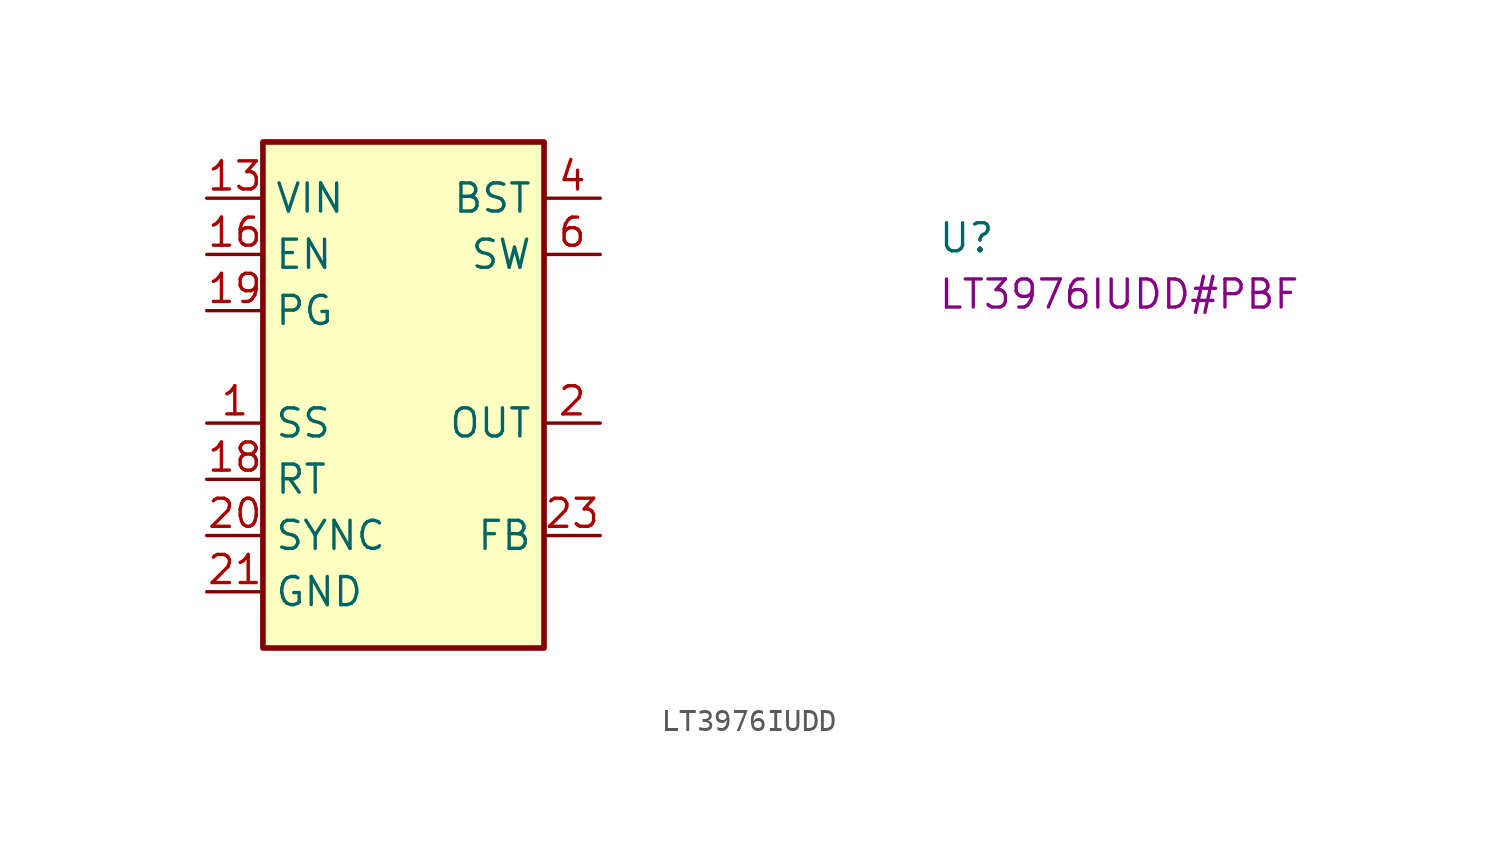
<source format=kicad_sym>
(kicad_symbol_lib
  (version 20220914)
  (generator kicad_symbol_editor)
  (symbol "LT3976IUDD"
    (property "Reference" "U"
      (at 33.02 -2.54 0)
      (effects (font (size 1.27 1.27) (thickness 0.15)) (justify left bottom)))
    (property "MPN" "LT3976IUDD#PBF"
      (at 33.02 -5.08 0)
      (effects (font (size 1.27 1.27) (thickness 0.15)) (justify left bottom)))
    (symbol "LT3976IUDD_1_1"
      (rectangle (start 2.54 2.54) (end 15.24 -20.32) (stroke (width 0.254) (type default)) (fill (type background)))
      (pin passive line (at 0 -10.16 0) (length 2.54) (name "SS" (effects (font (size 1.27 1.27)))) (number "1" (effects (font (size 1.27 1.27)))))
      (pin no_connect line (at 15.24 -8.89 180) (length 2.54) hide (name "NC" (effects (font (size 1.27 1.27)))) (number "10" (effects (font (size 1.27 1.27)))))
      (pin no_connect line (at 15.24 -12.7 180) (length 2.54) hide (name "NC" (effects (font (size 1.27 1.27)))) (number "11" (effects (font (size 1.27 1.27)))))
      (pin no_connect line (at 15.24 -13.97 180) (length 2.54) hide (name "NC" (effects (font (size 1.27 1.27)))) (number "12" (effects (font (size 1.27 1.27)))))
      (pin power_in line (at 0 0 0) (length 2.54) (name "VIN" (effects (font (size 1.27 1.27)))) (number "13" (effects (font (size 1.27 1.27)))))
      (pin passive line (at 0 0 0) (length 2.54) hide (name "VIN" (effects (font (size 1.27 1.27)))) (number "14" (effects (font (size 1.27 1.27)))))
      (pin passive line (at 0 0 0) (length 2.54) hide (name "VIN" (effects (font (size 1.27 1.27)))) (number "15" (effects (font (size 1.27 1.27)))))
      (pin input line (at 0 -2.54 0) (length 2.54) (name "EN" (effects (font (size 1.27 1.27)))) (number "16" (effects (font (size 1.27 1.27)))))
      (pin no_connect line (at 15.24 -17.78 180) (length 2.54) hide (name "NC" (effects (font (size 1.27 1.27)))) (number "17" (effects (font (size 1.27 1.27)))))
      (pin passive line (at 0 -12.7 0) (length 2.54) (name "RT" (effects (font (size 1.27 1.27)))) (number "18" (effects (font (size 1.27 1.27)))))
      (pin output line (at 0 -5.08 0) (length 2.54) (name "PG" (effects (font (size 1.27 1.27)))) (number "19" (effects (font (size 1.27 1.27)))))
      (pin passive line (at 17.78 -10.16 180) (length 2.54) (name "OUT" (effects (font (size 1.27 1.27)))) (number "2" (effects (font (size 1.27 1.27)))))
      (pin passive line (at 0 -15.24 0) (length 2.54) (name "SYNC" (effects (font (size 1.27 1.27)))) (number "20" (effects (font (size 1.27 1.27)))))
      (pin power_in line (at 0 -17.78 0) (length 2.54) (name "GND" (effects (font (size 1.27 1.27)))) (number "21" (effects (font (size 1.27 1.27)))))
      (pin no_connect line (at 15.24 -19.05 180) (length 2.54) hide (name "NC" (effects (font (size 1.27 1.27)))) (number "22" (effects (font (size 1.27 1.27)))))
      (pin passive line (at 17.78 -15.24 180) (length 2.54) (name "FB" (effects (font (size 1.27 1.27)))) (number "23" (effects (font (size 1.27 1.27)))))
      (pin passive line (at 17.78 -15.24 180) (length 2.54) hide (name "FB" (effects (font (size 1.27 1.27)))) (number "24" (effects (font (size 1.27 1.27)))))
      (pin passive line (at 0 -17.78 0) (length 2.54) hide (name "GND" (effects (font (size 1.27 1.27)))) (number "25" (effects (font (size 1.27 1.27)))))
      (pin no_connect line (at 15.24 -5.08 180) (length 2.54) hide (name "NC" (effects (font (size 1.27 1.27)))) (number "3" (effects (font (size 1.27 1.27)))))
      (pin passive line (at 17.78 0 180) (length 2.54) (name "BST" (effects (font (size 1.27 1.27)))) (number "4" (effects (font (size 1.27 1.27)))))
      (pin no_connect line (at 15.24 -6.35 180) (length 2.54) hide (name "NC" (effects (font (size 1.27 1.27)))) (number "5" (effects (font (size 1.27 1.27)))))
      (pin power_out line (at 17.78 -2.54 180) (length 2.54) (name "SW" (effects (font (size 1.27 1.27)))) (number "6" (effects (font (size 1.27 1.27)))))
      (pin passive line (at 17.78 -2.54 180) (length 2.54) hide (name "SW" (effects (font (size 1.27 1.27)))) (number "7" (effects (font (size 1.27 1.27)))))
      (pin passive line (at 17.78 -2.54 180) (length 2.54) hide (name "SW" (effects (font (size 1.27 1.27)))) (number "8" (effects (font (size 1.27 1.27)))))
      (pin no_connect line (at 15.24 -7.62 180) (length 2.54) hide (name "NC" (effects (font (size 1.27 1.27)))) (number "9" (effects (font (size 1.27 1.27))))))))
</source>
